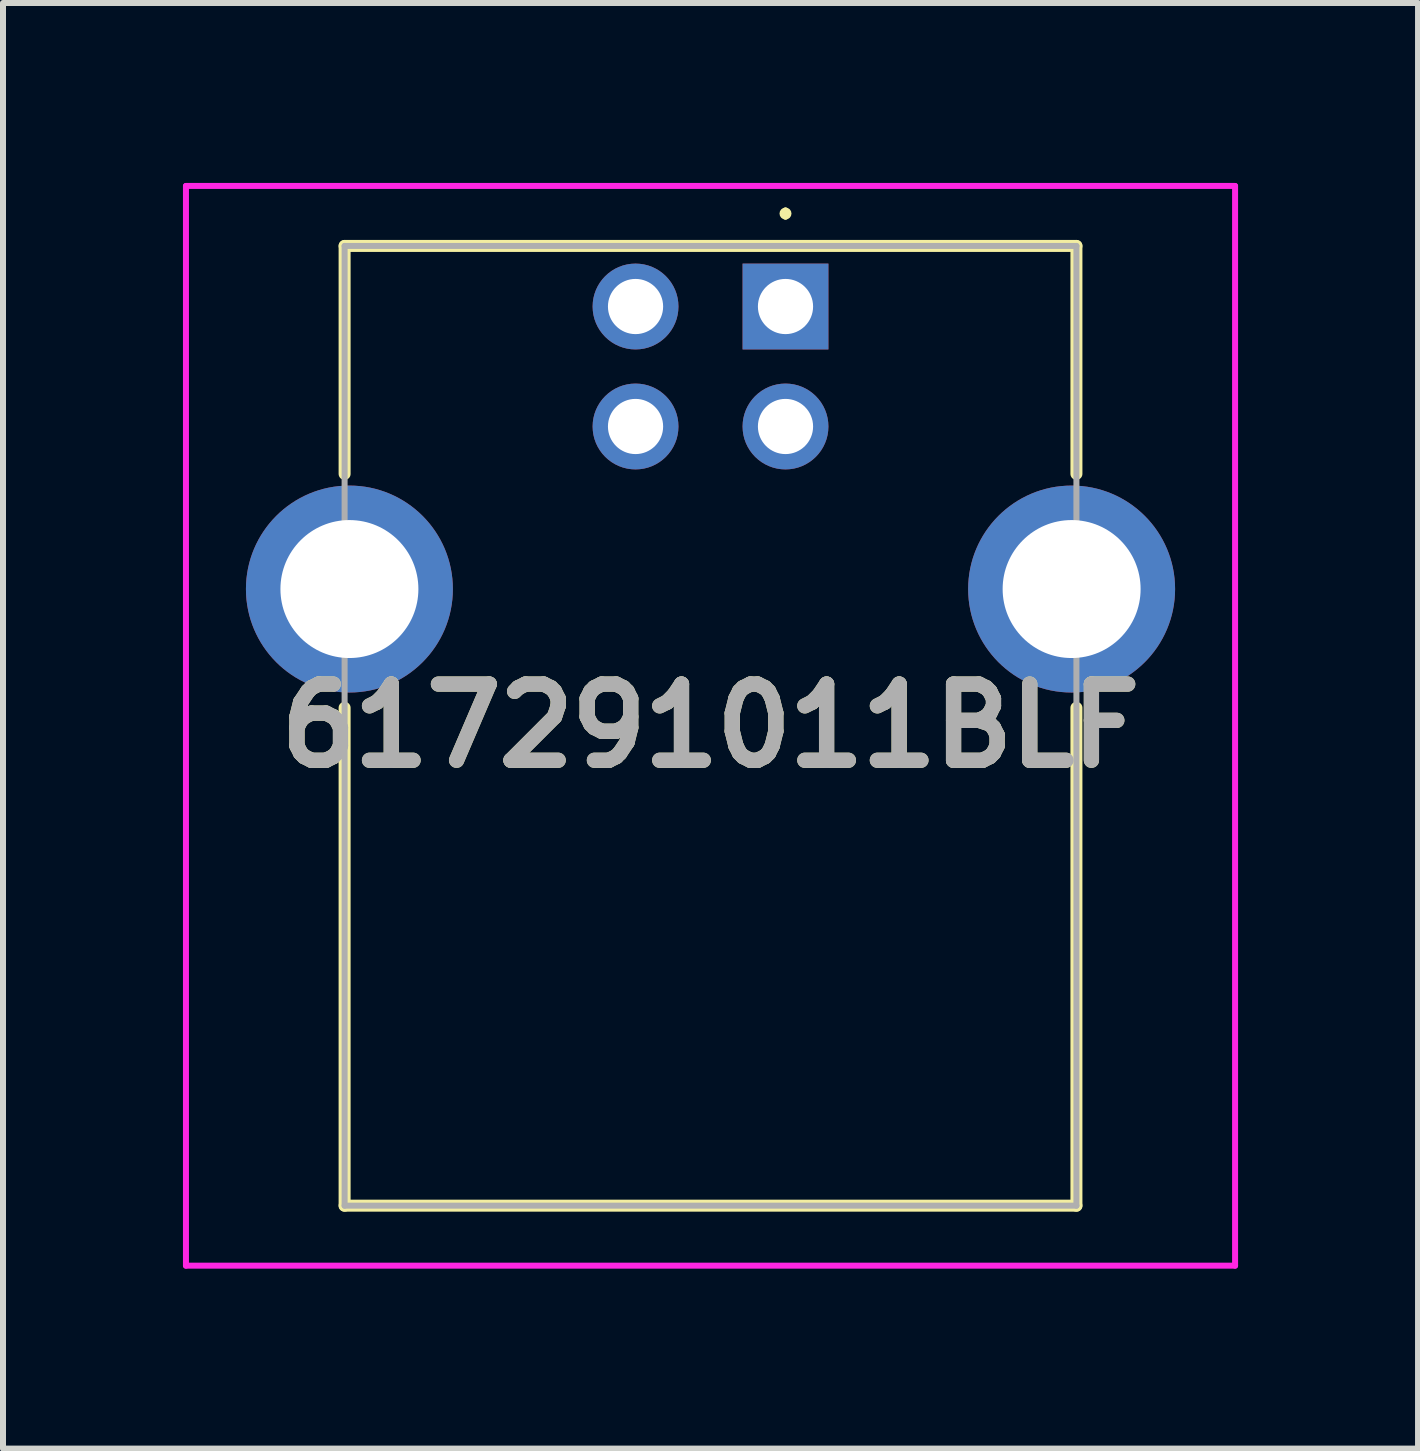
<source format=kicad_pcb>
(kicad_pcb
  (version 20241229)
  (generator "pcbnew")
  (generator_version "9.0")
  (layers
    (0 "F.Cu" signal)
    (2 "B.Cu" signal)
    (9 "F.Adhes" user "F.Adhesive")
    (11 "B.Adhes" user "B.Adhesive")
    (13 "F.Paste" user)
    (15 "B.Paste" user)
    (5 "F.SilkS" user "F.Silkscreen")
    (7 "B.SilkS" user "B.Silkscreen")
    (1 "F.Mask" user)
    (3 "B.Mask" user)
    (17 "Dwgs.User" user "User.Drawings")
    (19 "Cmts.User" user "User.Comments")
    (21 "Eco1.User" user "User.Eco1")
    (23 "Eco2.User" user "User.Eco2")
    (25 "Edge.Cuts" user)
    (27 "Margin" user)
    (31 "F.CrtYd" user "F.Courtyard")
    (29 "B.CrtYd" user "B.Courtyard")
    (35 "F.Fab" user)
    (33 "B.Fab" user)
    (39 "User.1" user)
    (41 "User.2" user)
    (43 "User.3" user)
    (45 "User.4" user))
  (footprint "617291011BLF"
    (layer "F.Cu")
    (at 10.045 2.06)
    (property "Reference" "617291011BLF" (at -1.25 6.99 0) (layer "F.SilkS") (effects (font (size 1.27 1.27) (thickness 0.254))))
    (attr through_hole)
    (fp_line (start -7.35 -1.01) (end 4.85 -1.01) (stroke (width 0.2) (type solid)) (layer "F.SilkS"))
    (fp_line (start -7.35 2.79) (end -7.35 -1.01) (stroke (width 0.2) (type solid)) (layer "F.SilkS"))
    (fp_line (start -7.35 14.99) (end -7.35 6.69) (stroke (width 0.2) (type solid)) (layer "F.SilkS"))
    (fp_line (start 0 -1.6) (end 0 -1.6) (stroke (width 0.1) (type solid)) (layer "F.SilkS"))
    (fp_line (start 0 -1.5) (end 0 -1.5) (stroke (width 0.1) (type solid)) (layer "F.SilkS"))
    (fp_line (start 4.85 -1.01) (end 4.85 2.79) (stroke (width 0.2) (type solid)) (layer "F.SilkS"))
    (fp_line (start 4.85 6.69) (end 4.85 14.99) (stroke (width 0.2) (type solid)) (layer "F.SilkS"))
    (fp_line (start 4.85 14.99) (end -7.35 14.99) (stroke (width 0.2) (type solid)) (layer "F.SilkS"))
    (fp_arc (start 0 -1.6) (mid 0.05 -1.55) (end 0 -1.5) (stroke (width 0.1) (type solid)) (layer "F.SilkS"))
    (fp_arc (start 0 -1.5) (mid -0.05 -1.55) (end 0 -1.6) (stroke (width 0.1) (type solid)) (layer "F.SilkS"))
    (fp_line (start -9.995 -2.01) (end 7.495 -2.01) (stroke (width 0.1) (type solid)) (layer "F.CrtYd"))
    (fp_line (start -9.995 15.99) (end -9.995 -2.01) (stroke (width 0.1) (type solid)) (layer "F.CrtYd"))
    (fp_line (start 7.495 -2.01) (end 7.495 15.99) (stroke (width 0.1) (type solid)) (layer "F.CrtYd"))
    (fp_line (start 7.495 15.99) (end -9.995 15.99) (stroke (width 0.1) (type solid)) (layer "F.CrtYd"))
    (fp_line (start -7.35 -1.01) (end 4.85 -1.01) (stroke (width 0.1) (type solid)) (layer "F.Fab"))
    (fp_line (start -7.35 14.99) (end -7.35 -1.01) (stroke (width 0.1) (type solid)) (layer "F.Fab"))
    (fp_line (start 4.85 -1.01) (end 4.85 14.99) (stroke (width 0.1) (type solid)) (layer "F.Fab"))
    (fp_line (start 4.85 14.99) (end -7.35 14.99) (stroke (width 0.1) (type solid)) (layer "F.Fab"))
    (fp_text user "${REFERENCE}" (at -1.25 6.99 0) (layer "F.Fab") (effects (font (size 1.27 1.27) (thickness 0.254))))
    (pad "1" thru_hole rect (at 0 0) (size 1.431 1.431) (drill 0.92) (layers "*.Cu" "*.Mask"))
    (pad "2" thru_hole circle (at -2.5 0) (size 1.431 1.431) (drill 0.92) (layers "*.Cu" "*.Mask"))
    (pad "3" thru_hole circle (at -2.5 2) (size 1.431 1.431) (drill 0.92) (layers "*.Cu" "*.Mask"))
    (pad "4" thru_hole circle (at 0 2) (size 1.431 1.431) (drill 0.92) (layers "*.Cu" "*.Mask"))
    (pad "MH1" thru_hole circle (at 4.77 4.71) (size 3.45 3.45) (drill 2.3) (layers "*.Cu" "*.Mask"))
    (pad "MH2" thru_hole circle (at -7.27 4.71) (size 3.45 3.45) (drill 2.3) (layers "*.Cu" "*.Mask")))
  (gr_rect
    (start -3 -3)
    (end 20.59 21.1)
    (stroke (width 0.1) (type default))
    (fill no)
    (layer "Edge.Cuts")))
</source>
